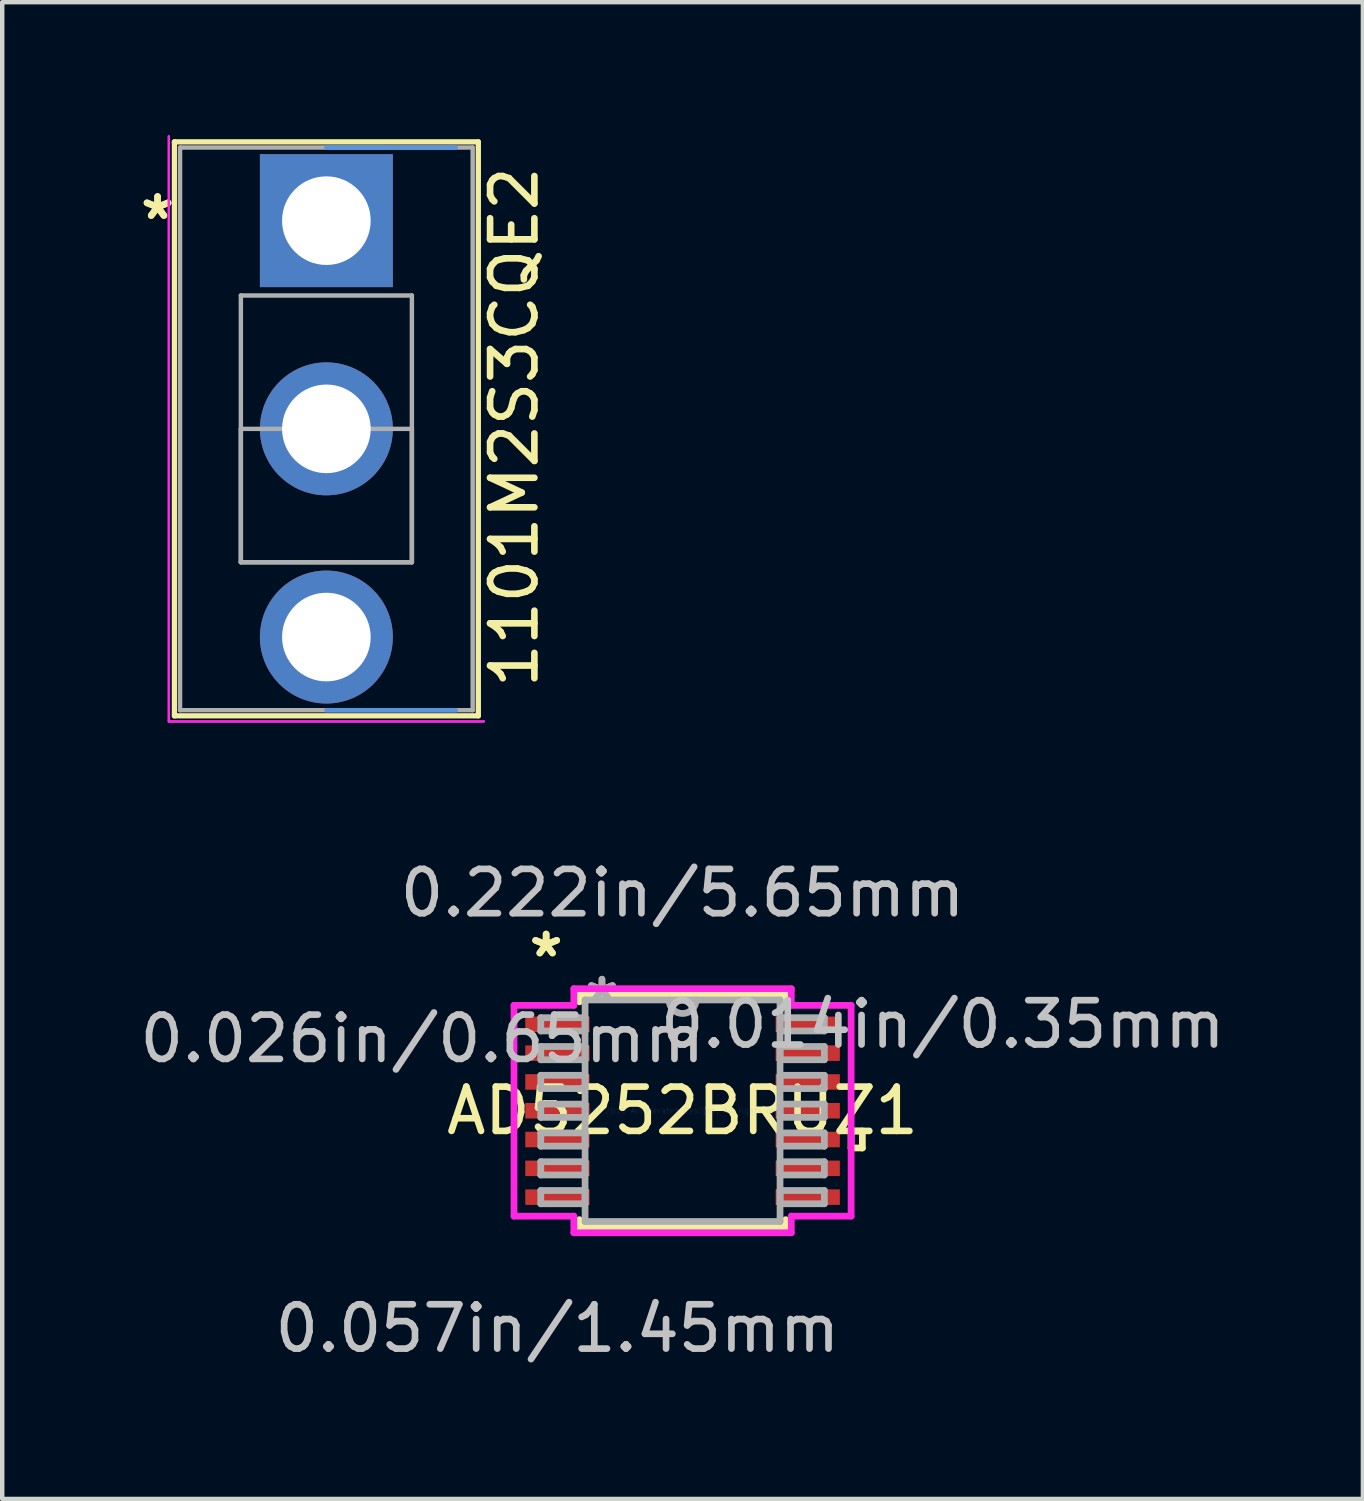
<source format=kicad_pcb>
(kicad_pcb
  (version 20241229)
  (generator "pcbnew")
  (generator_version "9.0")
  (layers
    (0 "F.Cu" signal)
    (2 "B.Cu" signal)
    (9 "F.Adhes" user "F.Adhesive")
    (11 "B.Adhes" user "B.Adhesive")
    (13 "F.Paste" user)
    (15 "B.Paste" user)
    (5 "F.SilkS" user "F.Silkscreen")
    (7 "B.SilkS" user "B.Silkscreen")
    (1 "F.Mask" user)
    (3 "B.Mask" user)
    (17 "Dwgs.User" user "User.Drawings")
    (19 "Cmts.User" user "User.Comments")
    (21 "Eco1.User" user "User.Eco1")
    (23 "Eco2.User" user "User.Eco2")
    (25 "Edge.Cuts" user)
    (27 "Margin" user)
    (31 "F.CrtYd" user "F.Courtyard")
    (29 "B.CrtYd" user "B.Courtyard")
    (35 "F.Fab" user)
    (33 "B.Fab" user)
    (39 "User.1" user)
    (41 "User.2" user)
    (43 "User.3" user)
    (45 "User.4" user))
  (footprint "1101M2S3CQE2"
    (layer "F.Cu")
    (at 4.316 1.93)
    (property "Reference" "1101M2S3CQE2" (at 4.24 4.66 90) (layer "F.SilkS") (effects (font (size 1 1) (thickness 0.15))))
    (attr through_hole)
    (fp_line (start -3.429 -1.778) (end -3.429 11.176) (stroke (width 0.12) (type solid)) (layer "F.SilkS"))
    (fp_line (start -3.429 11.176) (end 3.429 11.176) (stroke (width 0.12) (type solid)) (layer "F.SilkS"))
    (fp_line (start 3.429 -1.778) (end -3.429 -1.778) (stroke (width 0.12) (type solid)) (layer "F.SilkS"))
    (fp_line (start 3.429 11.176) (end 3.429 -1.778) (stroke (width 0.12) (type solid)) (layer "F.SilkS"))
    (fp_line (start 0 -1.651) (end 2.921 -1.651) (stroke (width 0.1) (type solid)) (layer "Cmts.User"))
    (fp_line (start 0 11.049) (end 2.921 11.049) (stroke (width 0.1) (type solid)) (layer "Cmts.User"))
    (fp_line (start -3.556 -1.905) (end -3.556 11.303) (stroke (width 0.05) (type solid)) (layer "F.CrtYd"))
    (fp_line (start -3.556 11.303) (end -3.556 -1.905) (stroke (width 0.05) (type solid)) (layer "F.CrtYd"))
    (fp_line (start -3.556 11.303) (end 3.556 11.303) (stroke (width 0.05) (type solid)) (layer "F.CrtYd"))
    (fp_line (start 3.556 11.303) (end -3.556 11.303) (stroke (width 0.05) (type solid)) (layer "F.CrtYd"))
    (fp_line (start -3.302 -1.651) (end -3.302 11.049) (stroke (width 0.1) (type solid)) (layer "F.Fab"))
    (fp_line (start -3.302 11.049) (end 3.302 11.049) (stroke (width 0.1) (type solid)) (layer "F.Fab"))
    (fp_line (start -1.93 1.689) (end 1.93 1.689) (stroke (width 0.1) (type solid)) (layer "F.Fab"))
    (fp_line (start -1.93 4.699) (end 1.93 4.699) (stroke (width 0.1) (type solid)) (layer "F.Fab"))
    (fp_line (start -1.93 7.709) (end -1.93 1.689) (stroke (width 0.1) (type solid)) (layer "F.Fab"))
    (fp_line (start -1.93 7.709) (end -1.93 4.699) (stroke (width 0.1) (type solid)) (layer "F.Fab"))
    (fp_line (start 1.93 1.689) (end 1.93 7.709) (stroke (width 0.1) (type solid)) (layer "F.Fab"))
    (fp_line (start 1.93 4.699) (end 1.93 7.709) (stroke (width 0.1) (type solid)) (layer "F.Fab"))
    (fp_line (start 1.93 7.709) (end -1.93 7.709) (stroke (width 0.1) (type solid)) (layer "F.Fab"))
    (fp_line (start 1.93 7.709) (end -1.93 7.709) (stroke (width 0.1) (type solid)) (layer "F.Fab"))
    (fp_line (start 3.302 -1.651) (end -3.302 -1.651) (stroke (width 0.1) (type solid)) (layer "F.Fab"))
    (fp_line (start 3.302 11.049) (end 3.302 -1.651) (stroke (width 0.1) (type solid)) (layer "F.Fab"))
    (fp_text user "*" (at -3.81 0 0) (layer "F.SilkS") (effects (font (size 1 1) (thickness 0.15))))
    (fp_text user "*" (at -3.81 0 0) (layer "F.SilkS") (effects (font (size 1 1) (thickness 0.15))))
    (pad "1" thru_hole rect (at 0 0) (size 3 3) (drill 2) (layers "*.Cu" "*.Mask"))
    (pad "2" thru_hole circle (at 0 4.699) (size 3 3) (drill 2) (layers "*.Cu" "*.Mask"))
    (pad "3" thru_hole circle (at 0 9.398) (size 3 3) (drill 2) (layers "*.Cu" "*.Mask")))
  (footprint "AD5252BRUZ1"
    (layer "F.Cu")
    (at 12.355 22.019)
    (property "Reference" "AD5252BRUZ1" (at 0 0 0) (layer "F.SilkS") (effects (font (size 1 1) (thickness 0.15))))
    (attr through_hole)
    (fp_line (start -2.327 -2.627) (end -2.327 -2.458) (stroke (width 0.152) (type solid)) (layer "F.SilkS"))
    (fp_line (start -2.327 2.458) (end -2.327 2.627) (stroke (width 0.152) (type solid)) (layer "F.SilkS"))
    (fp_line (start -2.327 2.627) (end 2.327 2.627) (stroke (width 0.152) (type solid)) (layer "F.SilkS"))
    (fp_line (start 2.327 -2.627) (end -2.327 -2.627) (stroke (width 0.152) (type solid)) (layer "F.SilkS"))
    (fp_line (start 2.327 -2.458) (end 2.327 -2.627) (stroke (width 0.152) (type solid)) (layer "F.SilkS"))
    (fp_line (start 2.327 2.627) (end 2.327 2.458) (stroke (width 0.152) (type solid)) (layer "F.SilkS"))
    (fp_line (start 3.804 0.459) (end 4.058 0.459) (stroke (width 0.152) (type solid)) (layer "F.SilkS"))
    (fp_line (start 3.804 0.84) (end 3.804 0.459) (stroke (width 0.152) (type solid)) (layer "F.SilkS"))
    (fp_line (start 4.058 0.459) (end 4.058 0.84) (stroke (width 0.152) (type solid)) (layer "F.SilkS"))
    (fp_line (start 4.058 0.84) (end 3.804 0.84) (stroke (width 0.152) (type solid)) (layer "F.SilkS"))
    (fp_line (start -3.804 -2.379) (end -2.454 -2.379) (stroke (width 0.152) (type solid)) (layer "F.CrtYd"))
    (fp_line (start -3.804 2.379) (end -3.804 -2.379) (stroke (width 0.152) (type solid)) (layer "F.CrtYd"))
    (fp_line (start -2.454 -2.754) (end 2.454 -2.754) (stroke (width 0.152) (type solid)) (layer "F.CrtYd"))
    (fp_line (start -2.454 -2.379) (end -2.454 -2.754) (stroke (width 0.152) (type solid)) (layer "F.CrtYd"))
    (fp_line (start -2.454 2.379) (end -3.804 2.379) (stroke (width 0.152) (type solid)) (layer "F.CrtYd"))
    (fp_line (start -2.454 2.754) (end -2.454 2.379) (stroke (width 0.152) (type solid)) (layer "F.CrtYd"))
    (fp_line (start 2.454 -2.754) (end 2.454 -2.379) (stroke (width 0.152) (type solid)) (layer "F.CrtYd"))
    (fp_line (start 2.454 -2.379) (end 3.804 -2.379) (stroke (width 0.152) (type solid)) (layer "F.CrtYd"))
    (fp_line (start 2.454 2.379) (end 2.454 2.754) (stroke (width 0.152) (type solid)) (layer "F.CrtYd"))
    (fp_line (start 2.454 2.754) (end -2.454 2.754) (stroke (width 0.152) (type solid)) (layer "F.CrtYd"))
    (fp_line (start 3.804 -2.379) (end 3.804 2.379) (stroke (width 0.152) (type solid)) (layer "F.CrtYd"))
    (fp_line (start 3.804 2.379) (end 2.454 2.379) (stroke (width 0.152) (type solid)) (layer "F.CrtYd"))
    (fp_line (start -3.2 -2.1) (end -3.2 -1.8) (stroke (width 0.152) (type solid)) (layer "F.Fab"))
    (fp_line (start -3.2 -1.8) (end -2.2 -1.8) (stroke (width 0.152) (type solid)) (layer "F.Fab"))
    (fp_line (start -3.2 -1.45) (end -3.2 -1.15) (stroke (width 0.152) (type solid)) (layer "F.Fab"))
    (fp_line (start -3.2 -1.15) (end -2.2 -1.15) (stroke (width 0.152) (type solid)) (layer "F.Fab"))
    (fp_line (start -3.2 -0.8) (end -3.2 -0.5) (stroke (width 0.152) (type solid)) (layer "F.Fab"))
    (fp_line (start -3.2 -0.5) (end -2.2 -0.5) (stroke (width 0.152) (type solid)) (layer "F.Fab"))
    (fp_line (start -3.2 -0.15) (end -3.2 0.15) (stroke (width 0.152) (type solid)) (layer "F.Fab"))
    (fp_line (start -3.2 0.15) (end -2.2 0.15) (stroke (width 0.152) (type solid)) (layer "F.Fab"))
    (fp_line (start -3.2 0.5) (end -3.2 0.8) (stroke (width 0.152) (type solid)) (layer "F.Fab"))
    (fp_line (start -3.2 0.8) (end -2.2 0.8) (stroke (width 0.152) (type solid)) (layer "F.Fab"))
    (fp_line (start -3.2 1.15) (end -3.2 1.45) (stroke (width 0.152) (type solid)) (layer "F.Fab"))
    (fp_line (start -3.2 1.45) (end -2.2 1.45) (stroke (width 0.152) (type solid)) (layer "F.Fab"))
    (fp_line (start -3.2 1.8) (end -3.2 2.1) (stroke (width 0.152) (type solid)) (layer "F.Fab"))
    (fp_line (start -3.2 2.1) (end -2.2 2.1) (stroke (width 0.152) (type solid)) (layer "F.Fab"))
    (fp_line (start -2.2 -2.5) (end -2.2 2.5) (stroke (width 0.152) (type solid)) (layer "F.Fab"))
    (fp_line (start -2.2 -2.1) (end -3.2 -2.1) (stroke (width 0.152) (type solid)) (layer "F.Fab"))
    (fp_line (start -2.2 -1.8) (end -2.2 -2.1) (stroke (width 0.152) (type solid)) (layer "F.Fab"))
    (fp_line (start -2.2 -1.45) (end -3.2 -1.45) (stroke (width 0.152) (type solid)) (layer "F.Fab"))
    (fp_line (start -2.2 -1.15) (end -2.2 -1.45) (stroke (width 0.152) (type solid)) (layer "F.Fab"))
    (fp_line (start -2.2 -0.8) (end -3.2 -0.8) (stroke (width 0.152) (type solid)) (layer "F.Fab"))
    (fp_line (start -2.2 -0.5) (end -2.2 -0.8) (stroke (width 0.152) (type solid)) (layer "F.Fab"))
    (fp_line (start -2.2 -0.15) (end -3.2 -0.15) (stroke (width 0.152) (type solid)) (layer "F.Fab"))
    (fp_line (start -2.2 0.15) (end -2.2 -0.15) (stroke (width 0.152) (type solid)) (layer "F.Fab"))
    (fp_line (start -2.2 0.5) (end -3.2 0.5) (stroke (width 0.152) (type solid)) (layer "F.Fab"))
    (fp_line (start -2.2 0.8) (end -2.2 0.5) (stroke (width 0.152) (type solid)) (layer "F.Fab"))
    (fp_line (start -2.2 1.15) (end -3.2 1.15) (stroke (width 0.152) (type solid)) (layer "F.Fab"))
    (fp_line (start -2.2 1.45) (end -2.2 1.15) (stroke (width 0.152) (type solid)) (layer "F.Fab"))
    (fp_line (start -2.2 1.8) (end -3.2 1.8) (stroke (width 0.152) (type solid)) (layer "F.Fab"))
    (fp_line (start -2.2 2.1) (end -2.2 1.8) (stroke (width 0.152) (type solid)) (layer "F.Fab"))
    (fp_line (start -2.2 2.5) (end 2.2 2.5) (stroke (width 0.152) (type solid)) (layer "F.Fab"))
    (fp_line (start 2.2 -2.5) (end -2.2 -2.5) (stroke (width 0.152) (type solid)) (layer "F.Fab"))
    (fp_line (start 2.2 -2.1) (end 2.2 -1.8) (stroke (width 0.152) (type solid)) (layer "F.Fab"))
    (fp_line (start 2.2 -1.8) (end 3.2 -1.8) (stroke (width 0.152) (type solid)) (layer "F.Fab"))
    (fp_line (start 2.2 -1.45) (end 2.2 -1.15) (stroke (width 0.152) (type solid)) (layer "F.Fab"))
    (fp_line (start 2.2 -1.15) (end 3.2 -1.15) (stroke (width 0.152) (type solid)) (layer "F.Fab"))
    (fp_line (start 2.2 -0.8) (end 2.2 -0.5) (stroke (width 0.152) (type solid)) (layer "F.Fab"))
    (fp_line (start 2.2 -0.5) (end 3.2 -0.5) (stroke (width 0.152) (type solid)) (layer "F.Fab"))
    (fp_line (start 2.2 -0.15) (end 2.2 0.15) (stroke (width 0.152) (type solid)) (layer "F.Fab"))
    (fp_line (start 2.2 0.15) (end 3.2 0.15) (stroke (width 0.152) (type solid)) (layer "F.Fab"))
    (fp_line (start 2.2 0.5) (end 2.2 0.8) (stroke (width 0.152) (type solid)) (layer "F.Fab"))
    (fp_line (start 2.2 0.8) (end 3.2 0.8) (stroke (width 0.152) (type solid)) (layer "F.Fab"))
    (fp_line (start 2.2 1.15) (end 2.2 1.45) (stroke (width 0.152) (type solid)) (layer "F.Fab"))
    (fp_line (start 2.2 1.45) (end 3.2 1.45) (stroke (width 0.152) (type solid)) (layer "F.Fab"))
    (fp_line (start 2.2 1.8) (end 2.2 2.1) (stroke (width 0.152) (type solid)) (layer "F.Fab"))
    (fp_line (start 2.2 2.1) (end 3.2 2.1) (stroke (width 0.152) (type solid)) (layer "F.Fab"))
    (fp_line (start 2.2 2.5) (end 2.2 -2.5) (stroke (width 0.152) (type solid)) (layer "F.Fab"))
    (fp_line (start 3.2 -2.1) (end 2.2 -2.1) (stroke (width 0.152) (type solid)) (layer "F.Fab"))
    (fp_line (start 3.2 -1.8) (end 3.2 -2.1) (stroke (width 0.152) (type solid)) (layer "F.Fab"))
    (fp_line (start 3.2 -1.45) (end 2.2 -1.45) (stroke (width 0.152) (type solid)) (layer "F.Fab"))
    (fp_line (start 3.2 -1.15) (end 3.2 -1.45) (stroke (width 0.152) (type solid)) (layer "F.Fab"))
    (fp_line (start 3.2 -0.8) (end 2.2 -0.8) (stroke (width 0.152) (type solid)) (layer "F.Fab"))
    (fp_line (start 3.2 -0.5) (end 3.2 -0.8) (stroke (width 0.152) (type solid)) (layer "F.Fab"))
    (fp_line (start 3.2 -0.15) (end 2.2 -0.15) (stroke (width 0.152) (type solid)) (layer "F.Fab"))
    (fp_line (start 3.2 0.15) (end 3.2 -0.15) (stroke (width 0.152) (type solid)) (layer "F.Fab"))
    (fp_line (start 3.2 0.5) (end 2.2 0.5) (stroke (width 0.152) (type solid)) (layer "F.Fab"))
    (fp_line (start 3.2 0.8) (end 3.2 0.5) (stroke (width 0.152) (type solid)) (layer "F.Fab"))
    (fp_line (start 3.2 1.15) (end 2.2 1.15) (stroke (width 0.152) (type solid)) (layer "F.Fab"))
    (fp_line (start 3.2 1.45) (end 3.2 1.15) (stroke (width 0.152) (type solid)) (layer "F.Fab"))
    (fp_line (start 3.2 1.8) (end 2.2 1.8) (stroke (width 0.152) (type solid)) (layer "F.Fab"))
    (fp_line (start 3.2 2.1) (end 3.2 1.8) (stroke (width 0.152) (type solid)) (layer "F.Fab"))
    (fp_arc (start 0.3048 -2.5) (mid 0 -2.1952) (end -0.3048 -2.5) (stroke (width 0.1524) (type solid)) (layer "F.Fab"))
    (fp_text user "*" (at -3.079 -3.443 0) (layer "F.SilkS") (effects (font (size 1 1) (thickness 0.15))))
    (fp_text user "*" (at -3.079 -3.443 0) (layer "F.SilkS") (effects (font (size 1 1) (thickness 0.15))))
    (fp_text user "0.026in/0.65mm" (at -5.873 -1.625 0) (layer "Dwgs.User") (effects (font (size 1 1) (thickness 0.15))))
    (fp_text user "0.222in/5.65mm" (at 0 -4.913 0) (layer "Dwgs.User") (effects (font (size 1 1) (thickness 0.15))))
    (fp_text user "0.014in/0.35mm" (at 5.873 -1.95 0) (layer "Dwgs.User") (effects (font (size 1 1) (thickness 0.15))))
    (fp_text user "0.057in/1.45mm" (at -2.825 4.913 0) (layer "Dwgs.User") (effects (font (size 1 1) (thickness 0.15))))
    (fp_text user "Copyright 2016 Accelerated Designs. All rights reserved." (at 0 0 0) (layer "Cmts.User") (effects (font (size 0.127 0.127) (thickness 0.002))))
    (fp_text user "*" (at -1.819 -2.424 0) (layer "F.Fab") (effects (font (size 1 1) (thickness 0.15))))
    (fp_text user "*" (at -1.819 -2.424 0) (layer "F.Fab") (effects (font (size 1 1) (thickness 0.15))))
    (pad "1" smd rect (at -2.825 -1.95) (size 1.45 0.35) (layers "F.Cu" "F.Mask" "F.Paste"))
    (pad "2" smd rect (at -2.825 -1.3) (size 1.45 0.35) (layers "F.Cu" "F.Mask" "F.Paste"))
    (pad "3" smd rect (at -2.825 -0.65) (size 1.45 0.35) (layers "F.Cu" "F.Mask" "F.Paste"))
    (pad "4" smd rect (at -2.825 0) (size 1.45 0.35) (layers "F.Cu" "F.Mask" "F.Paste"))
    (pad "5" smd rect (at -2.825 0.65) (size 1.45 0.35) (layers "F.Cu" "F.Mask" "F.Paste"))
    (pad "6" smd rect (at -2.825 1.3) (size 1.45 0.35) (layers "F.Cu" "F.Mask" "F.Paste"))
    (pad "7" smd rect (at -2.825 1.95) (size 1.45 0.35) (layers "F.Cu" "F.Mask" "F.Paste"))
    (pad "8" smd rect (at 2.825 1.95) (size 1.45 0.35) (layers "F.Cu" "F.Mask" "F.Paste"))
    (pad "9" smd rect (at 2.825 1.3) (size 1.45 0.35) (layers "F.Cu" "F.Mask" "F.Paste"))
    (pad "10" smd rect (at 2.825 0.65) (size 1.45 0.35) (layers "F.Cu" "F.Mask" "F.Paste"))
    (pad "11" smd rect (at 2.825 0) (size 1.45 0.35) (layers "F.Cu" "F.Mask" "F.Paste"))
    (pad "12" smd rect (at 2.825 -0.65) (size 1.45 0.35) (layers "F.Cu" "F.Mask" "F.Paste"))
    (pad "13" smd rect (at 2.825 -1.3) (size 1.45 0.35) (layers "F.Cu" "F.Mask" "F.Paste"))
    (pad "14" smd rect (at 2.825 -1.95) (size 1.45 0.35) (layers "F.Cu" "F.Mask" "F.Paste")))
  (gr_rect
    (start -3 -3)
    (end 27.71 30.78)
    (stroke (width 0.1) (type default))
    (fill no)
    (layer "Edge.Cuts")))
</source>
